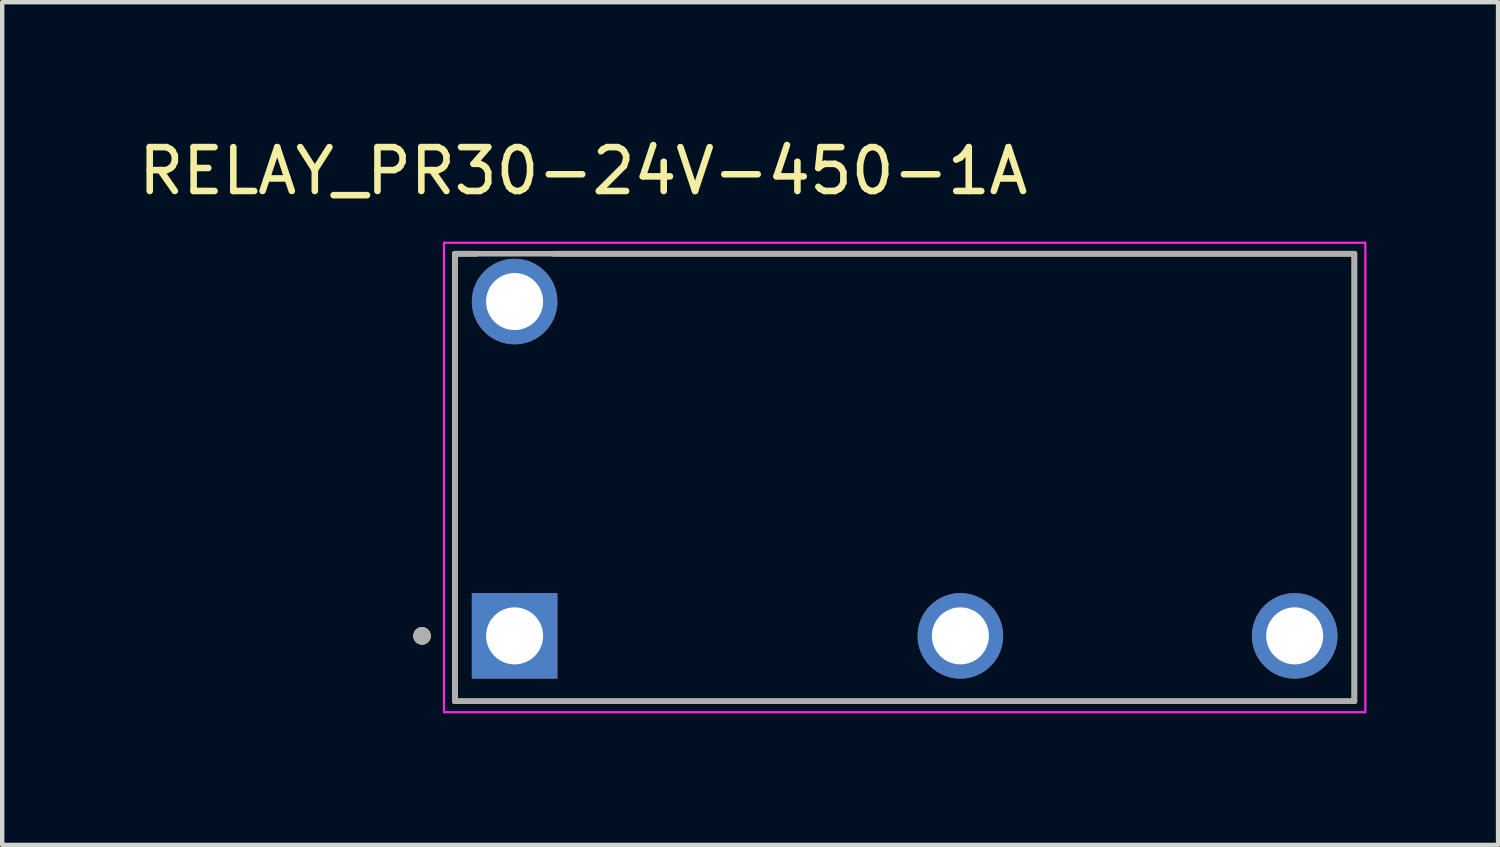
<source format=kicad_pcb>
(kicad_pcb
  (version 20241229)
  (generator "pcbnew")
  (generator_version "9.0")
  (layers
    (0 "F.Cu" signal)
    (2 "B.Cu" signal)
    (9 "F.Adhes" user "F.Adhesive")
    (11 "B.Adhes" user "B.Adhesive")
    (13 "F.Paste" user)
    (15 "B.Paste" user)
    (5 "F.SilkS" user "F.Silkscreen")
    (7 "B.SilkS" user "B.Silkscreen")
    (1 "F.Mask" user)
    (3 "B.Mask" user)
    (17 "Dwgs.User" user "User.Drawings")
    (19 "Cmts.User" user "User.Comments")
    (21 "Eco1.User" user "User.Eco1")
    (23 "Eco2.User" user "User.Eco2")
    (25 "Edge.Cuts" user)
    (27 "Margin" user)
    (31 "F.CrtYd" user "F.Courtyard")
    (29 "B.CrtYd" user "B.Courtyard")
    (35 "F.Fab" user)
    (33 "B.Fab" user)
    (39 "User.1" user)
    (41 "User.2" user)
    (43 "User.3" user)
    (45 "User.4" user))
  (footprint "RELAY_PR30-24V-450-1A"
    (layer "F.Cu")
    (at 17.569 7.833)
    (property "Reference" "RELAY_PR30-24V-450-1A" (at -7.325 -6.985 0) (layer "F.SilkS") (effects (font (size 1 1) (thickness 0.15))))
    (attr through_hole)
    (fp_line (start -10.25 -5.1) (end -9.75 -5.1) (stroke (width 0.127) (type solid)) (layer "F.SilkS"))
    (fp_line (start -10.25 5.1) (end -10.25 -5.1) (stroke (width 0.127) (type solid)) (layer "F.SilkS"))
    (fp_line (start -8 -5.1) (end 10.25 -5.1) (stroke (width 0.127) (type solid)) (layer "F.SilkS"))
    (fp_line (start 10.25 -5.1) (end 10.25 5.1) (stroke (width 0.127) (type solid)) (layer "F.SilkS"))
    (fp_line (start 10.25 5.1) (end -10.25 5.1) (stroke (width 0.127) (type solid)) (layer "F.SilkS"))
    (fp_circle (center -11 3.61) (end -10.9 3.61) (stroke (width 0.2) (type solid)) (fill no) (layer "F.SilkS"))
    (fp_line (start -10.5 -5.35) (end -10.5 5.35) (stroke (width 0.05) (type solid)) (layer "F.CrtYd"))
    (fp_line (start -10.5 5.35) (end 10.5 5.35) (stroke (width 0.05) (type solid)) (layer "F.CrtYd"))
    (fp_line (start 10.5 -5.35) (end -10.5 -5.35) (stroke (width 0.05) (type solid)) (layer "F.CrtYd"))
    (fp_line (start 10.5 5.35) (end 10.5 -5.35) (stroke (width 0.05) (type solid)) (layer "F.CrtYd"))
    (fp_line (start -10.25 -5.1) (end 10.25 -5.1) (stroke (width 0.127) (type solid)) (layer "F.Fab"))
    (fp_line (start -10.25 5.1) (end -10.25 -5.1) (stroke (width 0.127) (type solid)) (layer "F.Fab"))
    (fp_line (start 10.25 -5.1) (end 10.25 5.1) (stroke (width 0.127) (type solid)) (layer "F.Fab"))
    (fp_line (start 10.25 5.1) (end -10.25 5.1) (stroke (width 0.127) (type solid)) (layer "F.Fab"))
    (fp_circle (center -11 3.61) (end -10.9 3.61) (stroke (width 0.2) (type solid)) (fill no) (layer "F.Fab"))
    (pad "1" thru_hole rect (at -8.89 3.61) (size 1.95 1.95) (drill 1.3) (layers "*.Cu" "*.Mask"))
    (pad "5" thru_hole circle (at 1.27 3.61) (size 1.95 1.95) (drill 1.3) (layers "*.Cu" "*.Mask"))
    (pad "8" thru_hole circle (at 8.89 3.61) (size 1.95 1.95) (drill 1.3) (layers "*.Cu" "*.Mask"))
    (pad "16" thru_hole circle (at -8.89 -4.01) (size 1.95 1.95) (drill 1.3) (layers "*.Cu" "*.Mask")))
  (gr_rect
    (start -3 -3)
    (end 31.094 16.208)
    (stroke (width 0.1) (type default))
    (fill no)
    (layer "Edge.Cuts")))
</source>
